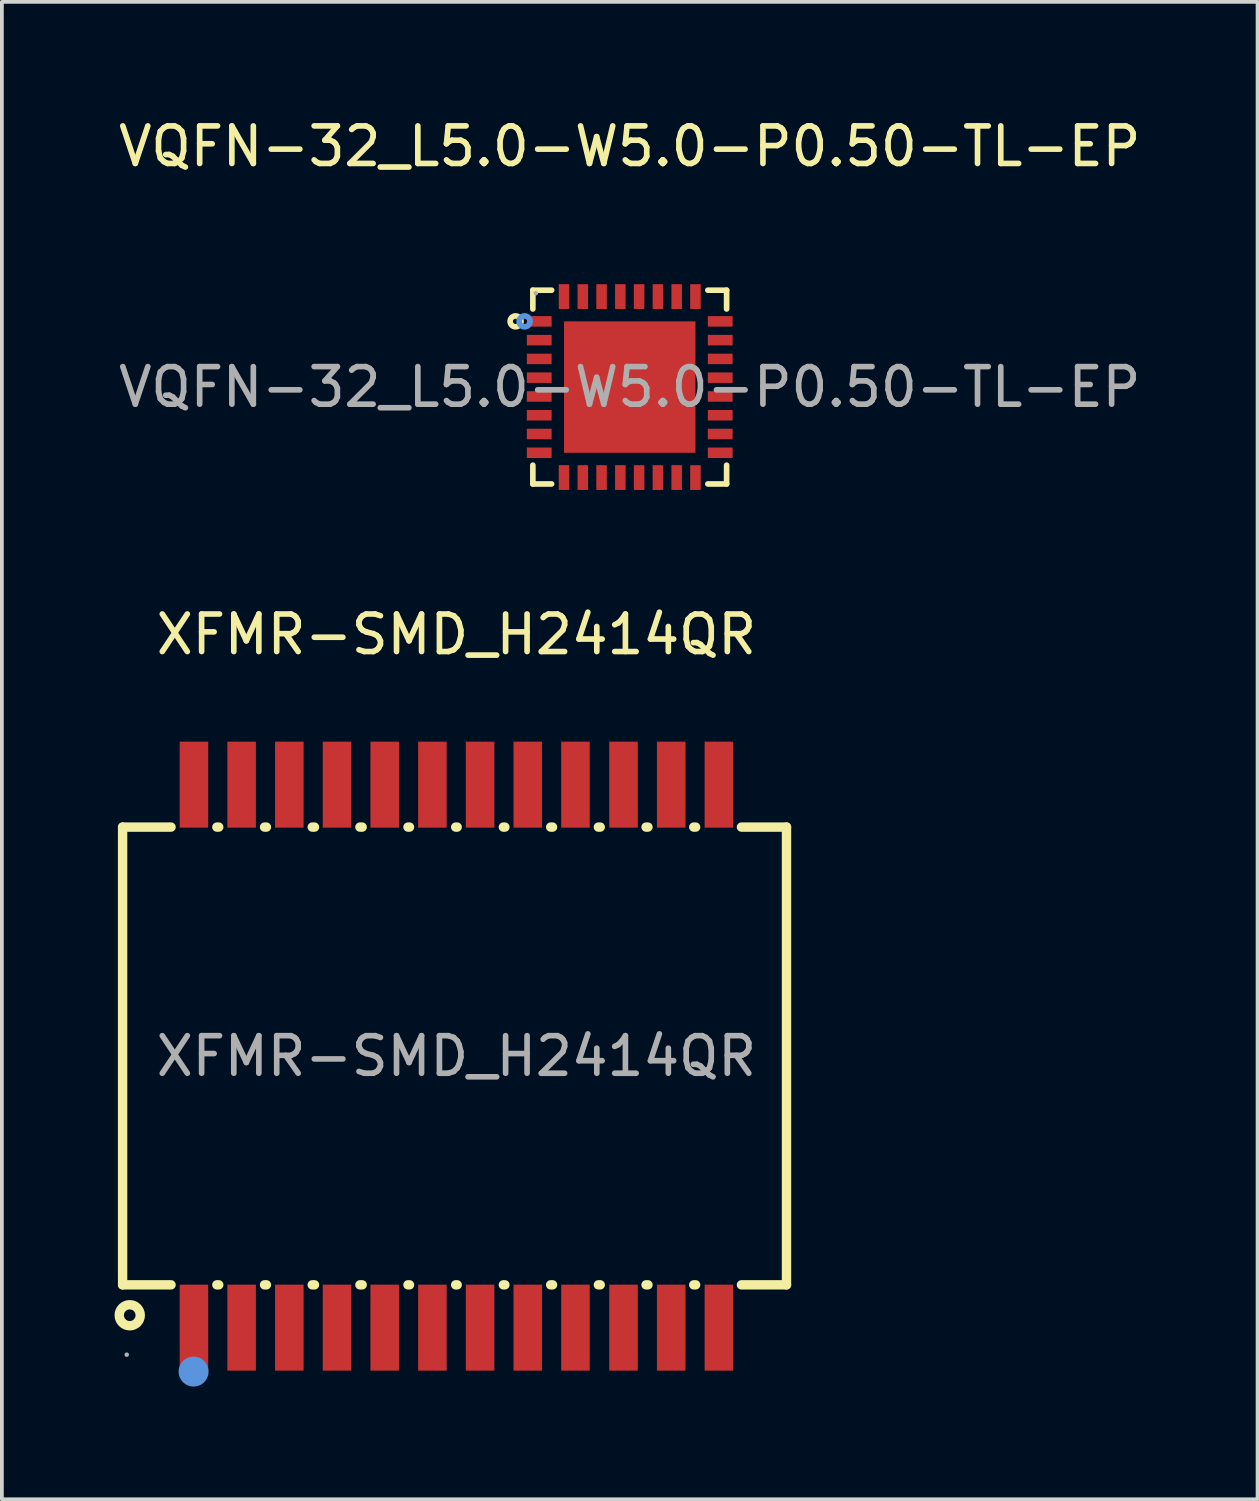
<source format=kicad_pcb>
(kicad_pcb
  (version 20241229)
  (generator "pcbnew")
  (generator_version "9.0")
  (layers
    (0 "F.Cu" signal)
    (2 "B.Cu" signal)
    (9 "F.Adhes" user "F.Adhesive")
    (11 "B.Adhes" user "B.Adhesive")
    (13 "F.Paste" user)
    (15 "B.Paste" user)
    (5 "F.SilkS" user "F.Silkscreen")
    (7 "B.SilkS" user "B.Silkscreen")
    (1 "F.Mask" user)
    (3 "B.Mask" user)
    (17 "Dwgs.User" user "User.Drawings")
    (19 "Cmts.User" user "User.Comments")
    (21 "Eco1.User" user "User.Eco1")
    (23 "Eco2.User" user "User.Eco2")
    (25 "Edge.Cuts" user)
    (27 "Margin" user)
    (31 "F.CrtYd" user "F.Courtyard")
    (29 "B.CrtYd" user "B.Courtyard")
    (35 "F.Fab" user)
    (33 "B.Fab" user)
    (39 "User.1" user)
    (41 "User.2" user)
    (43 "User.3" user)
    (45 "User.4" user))
  (footprint "XFMR-SMD_H2414QR"
    (layer "F.Cu")
    (at 9.105 25.076)
    (property "Reference" "XFMR-SMD_H2414QR" (at 0 -11.23 0) (layer "F.SilkS") (effects (font (size 1 1) (thickness 0.15))))
    (attr through_hole)
    (fp_line (start -8.89 -6.1) (end -7.6 -6.1) (stroke (width 0.25) (type solid)) (layer "F.SilkS"))
    (fp_line (start -8.89 6.09) (end -8.89 -6.1) (stroke (width 0.25) (type solid)) (layer "F.SilkS"))
    (fp_line (start -7.6 6.09) (end -8.89 6.09) (stroke (width 0.25) (type solid)) (layer "F.SilkS"))
    (fp_line (start -6.38 -6.1) (end -6.33 -6.1) (stroke (width 0.25) (type solid)) (layer "F.SilkS"))
    (fp_line (start -6.33 6.09) (end -6.38 6.09) (stroke (width 0.25) (type solid)) (layer "F.SilkS"))
    (fp_line (start -5.11 -6.1) (end -5.06 -6.1) (stroke (width 0.25) (type solid)) (layer "F.SilkS"))
    (fp_line (start -5.06 6.09) (end -5.11 6.09) (stroke (width 0.25) (type solid)) (layer "F.SilkS"))
    (fp_line (start -3.84 -6.1) (end -3.78 -6.1) (stroke (width 0.25) (type solid)) (layer "F.SilkS"))
    (fp_line (start -3.78 6.09) (end -3.84 6.09) (stroke (width 0.25) (type solid)) (layer "F.SilkS"))
    (fp_line (start -2.57 -6.1) (end -2.51 -6.1) (stroke (width 0.25) (type solid)) (layer "F.SilkS"))
    (fp_line (start -2.51 6.09) (end -2.57 6.09) (stroke (width 0.25) (type solid)) (layer "F.SilkS"))
    (fp_line (start -1.29 -6.1) (end -1.25 -6.1) (stroke (width 0.25) (type solid)) (layer "F.SilkS"))
    (fp_line (start -1.25 6.09) (end -1.29 6.09) (stroke (width 0.25) (type solid)) (layer "F.SilkS"))
    (fp_line (start -0.02 -6.1) (end 0.02 -6.1) (stroke (width 0.25) (type solid)) (layer "F.SilkS"))
    (fp_line (start 0.02 6.09) (end -0.02 6.09) (stroke (width 0.25) (type solid)) (layer "F.SilkS"))
    (fp_line (start 1.25 -6.1) (end 1.29 -6.1) (stroke (width 0.25) (type solid)) (layer "F.SilkS"))
    (fp_line (start 1.29 6.09) (end 1.25 6.09) (stroke (width 0.25) (type solid)) (layer "F.SilkS"))
    (fp_line (start 2.51 -6.1) (end 2.56 -6.1) (stroke (width 0.25) (type solid)) (layer "F.SilkS"))
    (fp_line (start 2.56 6.09) (end 2.51 6.09) (stroke (width 0.25) (type solid)) (layer "F.SilkS"))
    (fp_line (start 3.78 -6.1) (end 3.83 -6.1) (stroke (width 0.25) (type solid)) (layer "F.SilkS"))
    (fp_line (start 3.83 6.09) (end 3.78 6.09) (stroke (width 0.25) (type solid)) (layer "F.SilkS"))
    (fp_line (start 5.05 -6.1) (end 5.1 -6.1) (stroke (width 0.25) (type solid)) (layer "F.SilkS"))
    (fp_line (start 5.1 6.09) (end 5.05 6.09) (stroke (width 0.25) (type solid)) (layer "F.SilkS"))
    (fp_line (start 6.32 -6.1) (end 6.37 -6.1) (stroke (width 0.25) (type solid)) (layer "F.SilkS"))
    (fp_line (start 6.37 6.09) (end 6.32 6.09) (stroke (width 0.25) (type solid)) (layer "F.SilkS"))
    (fp_line (start 7.59 -6.1) (end 8.79 -6.1) (stroke (width 0.25) (type solid)) (layer "F.SilkS"))
    (fp_line (start 8.79 -6.1) (end 8.79 6.09) (stroke (width 0.25) (type solid)) (layer "F.SilkS"))
    (fp_line (start 8.79 6.09) (end 7.59 6.09) (stroke (width 0.25) (type solid)) (layer "F.SilkS"))
    (fp_circle (center -8.7 6.9) (end -8.42 6.9) (stroke (width 0.25) (type solid)) (fill no) (layer "F.SilkS"))
    (fp_circle (center -7 8.4) (end -6.8 8.4) (stroke (width 0.4) (type solid)) (fill no) (layer "Cmts.User"))
    (fp_circle (center -8.78 7.95) (end -8.75 7.95) (stroke (width 0.06) (type solid)) (fill no) (layer "F.Fab"))
    (fp_text user "${REFERENCE}" (at 0 0 0) (layer "F.Fab") (effects (font (size 1 1) (thickness 0.15))))
    (pad "1" smd rect (at -6.99 7.23) (size 0.76 2.29) (layers "F.Cu" "F.Mask" "F.Paste"))
    (pad "2" smd rect (at -5.72 7.23) (size 0.76 2.29) (layers "F.Cu" "F.Mask" "F.Paste"))
    (pad "3" smd rect (at -4.45 7.23) (size 0.76 2.29) (layers "F.Cu" "F.Mask" "F.Paste"))
    (pad "4" smd rect (at -3.18 7.23) (size 0.76 2.29) (layers "F.Cu" "F.Mask" "F.Paste"))
    (pad "5" smd rect (at -1.91 7.23) (size 0.76 2.29) (layers "F.Cu" "F.Mask" "F.Paste"))
    (pad "6" smd rect (at -0.64 7.23) (size 0.76 2.29) (layers "F.Cu" "F.Mask" "F.Paste"))
    (pad "7" smd rect (at 0.63 7.23 180) (size 0.76 2.29) (layers "F.Cu" "F.Mask" "F.Paste"))
    (pad "8" smd rect (at 1.9 7.23 180) (size 0.76 2.29) (layers "F.Cu" "F.Mask" "F.Paste"))
    (pad "9" smd rect (at 3.17 7.23 180) (size 0.76 2.29) (layers "F.Cu" "F.Mask" "F.Paste"))
    (pad "10" smd rect (at 4.45 7.23 180) (size 0.76 2.29) (layers "F.Cu" "F.Mask" "F.Paste"))
    (pad "11" smd rect (at 5.72 7.23 180) (size 0.76 2.29) (layers "F.Cu" "F.Mask" "F.Paste"))
    (pad "12" smd rect (at 6.99 7.23 180) (size 0.76 2.29) (layers "F.Cu" "F.Mask" "F.Paste"))
    (pad "13" smd rect (at 6.99 -7.23 180) (size 0.76 2.29) (layers "F.Cu" "F.Mask" "F.Paste"))
    (pad "14" smd rect (at 5.72 -7.23 180) (size 0.76 2.29) (layers "F.Cu" "F.Mask" "F.Paste"))
    (pad "15" smd rect (at 4.45 -7.23 180) (size 0.76 2.29) (layers "F.Cu" "F.Mask" "F.Paste"))
    (pad "16" smd rect (at 3.17 -7.23 180) (size 0.76 2.29) (layers "F.Cu" "F.Mask" "F.Paste"))
    (pad "17" smd rect (at 1.9 -7.23 180) (size 0.76 2.29) (layers "F.Cu" "F.Mask" "F.Paste"))
    (pad "18" smd rect (at 0.63 -7.23 180) (size 0.76 2.29) (layers "F.Cu" "F.Mask" "F.Paste"))
    (pad "19" smd rect (at -0.64 -7.23) (size 0.76 2.29) (layers "F.Cu" "F.Mask" "F.Paste"))
    (pad "20" smd rect (at -1.91 -7.23) (size 0.76 2.29) (layers "F.Cu" "F.Mask" "F.Paste"))
    (pad "21" smd rect (at -3.18 -7.23) (size 0.76 2.29) (layers "F.Cu" "F.Mask" "F.Paste"))
    (pad "22" smd rect (at -4.45 -7.23) (size 0.76 2.29) (layers "F.Cu" "F.Mask" "F.Paste"))
    (pad "23" smd rect (at -5.72 -7.23) (size 0.76 2.29) (layers "F.Cu" "F.Mask" "F.Paste"))
    (pad "24" smd rect (at -6.99 -7.23) (size 0.76 2.29) (layers "F.Cu" "F.Mask" "F.Paste")))
  (footprint "VQFN-32_L5.0-W5.0-P0.50-TL-EP"
    (layer "F.Cu")
    (at 13.72 7.258)
    (property "Reference" "VQFN-32_L5.0-W5.0-P0.50-TL-EP" (at 0 -6.41 0) (layer "F.SilkS") (effects (font (size 1 1) (thickness 0.15))))
    (attr smd)
    (fp_line (start -2.58 -2.58) (end -2.58 -2.08) (stroke (width 0.15) (type solid)) (layer "F.SilkS"))
    (fp_line (start -2.58 2.58) (end -2.58 2.08) (stroke (width 0.15) (type solid)) (layer "F.SilkS"))
    (fp_line (start -2.08 -2.58) (end -2.58 -2.58) (stroke (width 0.15) (type solid)) (layer "F.SilkS"))
    (fp_line (start -2.08 2.58) (end -2.58 2.58) (stroke (width 0.15) (type solid)) (layer "F.SilkS"))
    (fp_line (start 2.08 -2.58) (end 2.58 -2.58) (stroke (width 0.15) (type solid)) (layer "F.SilkS"))
    (fp_line (start 2.08 2.58) (end 2.58 2.58) (stroke (width 0.15) (type solid)) (layer "F.SilkS"))
    (fp_line (start 2.58 -2.58) (end 2.58 -2.08) (stroke (width 0.15) (type solid)) (layer "F.SilkS"))
    (fp_line (start 2.58 2.58) (end 2.58 2.08) (stroke (width 0.15) (type solid)) (layer "F.SilkS"))
    (fp_circle (center -3.04 -1.75) (end -2.97 -1.75) (stroke (width 0.15) (type solid)) (fill no) (layer "F.SilkS"))
    (fp_circle (center -2.8 -1.75) (end -2.73 -1.75) (stroke (width 0.15) (type solid)) (fill no) (layer "Cmts.User"))
    (fp_circle (center -2.5 -2.5) (end -2.47 -2.5) (stroke (width 0.06) (type solid)) (fill no) (layer "F.Fab"))
    (fp_text user "${REFERENCE}" (at 0 0 0) (layer "F.Fab") (effects (font (size 1 1) (thickness 0.15))))
    (pad "1" smd rect (at -2.41 -1.75) (size 0.66 0.28) (layers "F.Cu" "F.Mask" "F.Paste"))
    (pad "2" smd rect (at -2.41 -1.25) (size 0.66 0.28) (layers "F.Cu" "F.Mask" "F.Paste"))
    (pad "3" smd rect (at -2.41 -0.75) (size 0.66 0.28) (layers "F.Cu" "F.Mask" "F.Paste"))
    (pad "4" smd rect (at -2.41 -0.25) (size 0.66 0.28) (layers "F.Cu" "F.Mask" "F.Paste"))
    (pad "5" smd rect (at -2.41 0.25) (size 0.66 0.28) (layers "F.Cu" "F.Mask" "F.Paste"))
    (pad "6" smd rect (at -2.41 0.75) (size 0.66 0.28) (layers "F.Cu" "F.Mask" "F.Paste"))
    (pad "7" smd rect (at -2.41 1.25) (size 0.66 0.28) (layers "F.Cu" "F.Mask" "F.Paste"))
    (pad "8" smd rect (at -2.41 1.75) (size 0.66 0.28) (layers "F.Cu" "F.Mask" "F.Paste"))
    (pad "9" smd rect (at -1.75 2.41) (size 0.28 0.66) (layers "F.Cu" "F.Mask" "F.Paste"))
    (pad "10" smd rect (at -1.25 2.41) (size 0.28 0.66) (layers "F.Cu" "F.Mask" "F.Paste"))
    (pad "11" smd rect (at -0.75 2.41) (size 0.28 0.66) (layers "F.Cu" "F.Mask" "F.Paste"))
    (pad "12" smd rect (at -0.25 2.41) (size 0.28 0.66) (layers "F.Cu" "F.Mask" "F.Paste"))
    (pad "13" smd rect (at 0.25 2.41) (size 0.28 0.66) (layers "F.Cu" "F.Mask" "F.Paste"))
    (pad "14" smd rect (at 0.75 2.41) (size 0.28 0.66) (layers "F.Cu" "F.Mask" "F.Paste"))
    (pad "15" smd rect (at 1.25 2.41) (size 0.28 0.66) (layers "F.Cu" "F.Mask" "F.Paste"))
    (pad "16" smd rect (at 1.75 2.41) (size 0.28 0.66) (layers "F.Cu" "F.Mask" "F.Paste"))
    (pad "17" smd rect (at 2.41 1.75) (size 0.66 0.28) (layers "F.Cu" "F.Mask" "F.Paste"))
    (pad "18" smd rect (at 2.41 1.25) (size 0.66 0.28) (layers "F.Cu" "F.Mask" "F.Paste"))
    (pad "19" smd rect (at 2.41 0.75) (size 0.66 0.28) (layers "F.Cu" "F.Mask" "F.Paste"))
    (pad "20" smd rect (at 2.41 0.25) (size 0.66 0.28) (layers "F.Cu" "F.Mask" "F.Paste"))
    (pad "21" smd rect (at 2.41 -0.25) (size 0.66 0.28) (layers "F.Cu" "F.Mask" "F.Paste"))
    (pad "22" smd rect (at 2.41 -0.75) (size 0.66 0.28) (layers "F.Cu" "F.Mask" "F.Paste"))
    (pad "23" smd rect (at 2.41 -1.25) (size 0.66 0.28) (layers "F.Cu" "F.Mask" "F.Paste"))
    (pad "24" smd rect (at 2.41 -1.75) (size 0.66 0.28) (layers "F.Cu" "F.Mask" "F.Paste"))
    (pad "25" smd rect (at 1.75 -2.41) (size 0.28 0.66) (layers "F.Cu" "F.Mask" "F.Paste"))
    (pad "26" smd rect (at 1.25 -2.41) (size 0.28 0.66) (layers "F.Cu" "F.Mask" "F.Paste"))
    (pad "27" smd rect (at 0.75 -2.41) (size 0.28 0.66) (layers "F.Cu" "F.Mask" "F.Paste"))
    (pad "28" smd rect (at 0.25 -2.41) (size 0.28 0.66) (layers "F.Cu" "F.Mask" "F.Paste"))
    (pad "29" smd rect (at -0.25 -2.41) (size 0.28 0.66) (layers "F.Cu" "F.Mask" "F.Paste"))
    (pad "30" smd rect (at -0.75 -2.41) (size 0.28 0.66) (layers "F.Cu" "F.Mask" "F.Paste"))
    (pad "31" smd rect (at -1.25 -2.41) (size 0.28 0.66) (layers "F.Cu" "F.Mask" "F.Paste"))
    (pad "32" smd rect (at -1.75 -2.41) (size 0.28 0.66) (layers "F.Cu" "F.Mask" "F.Paste"))
    (pad "33" smd rect (at 0 0) (size 3.5 3.5) (layers "F.Cu" "F.Mask" "F.Paste")))
  (gr_rect
    (start -3 -3)
    (end 30.44 36.877)
    (stroke (width 0.1) (type default))
    (fill no)
    (layer "Edge.Cuts")))
</source>
